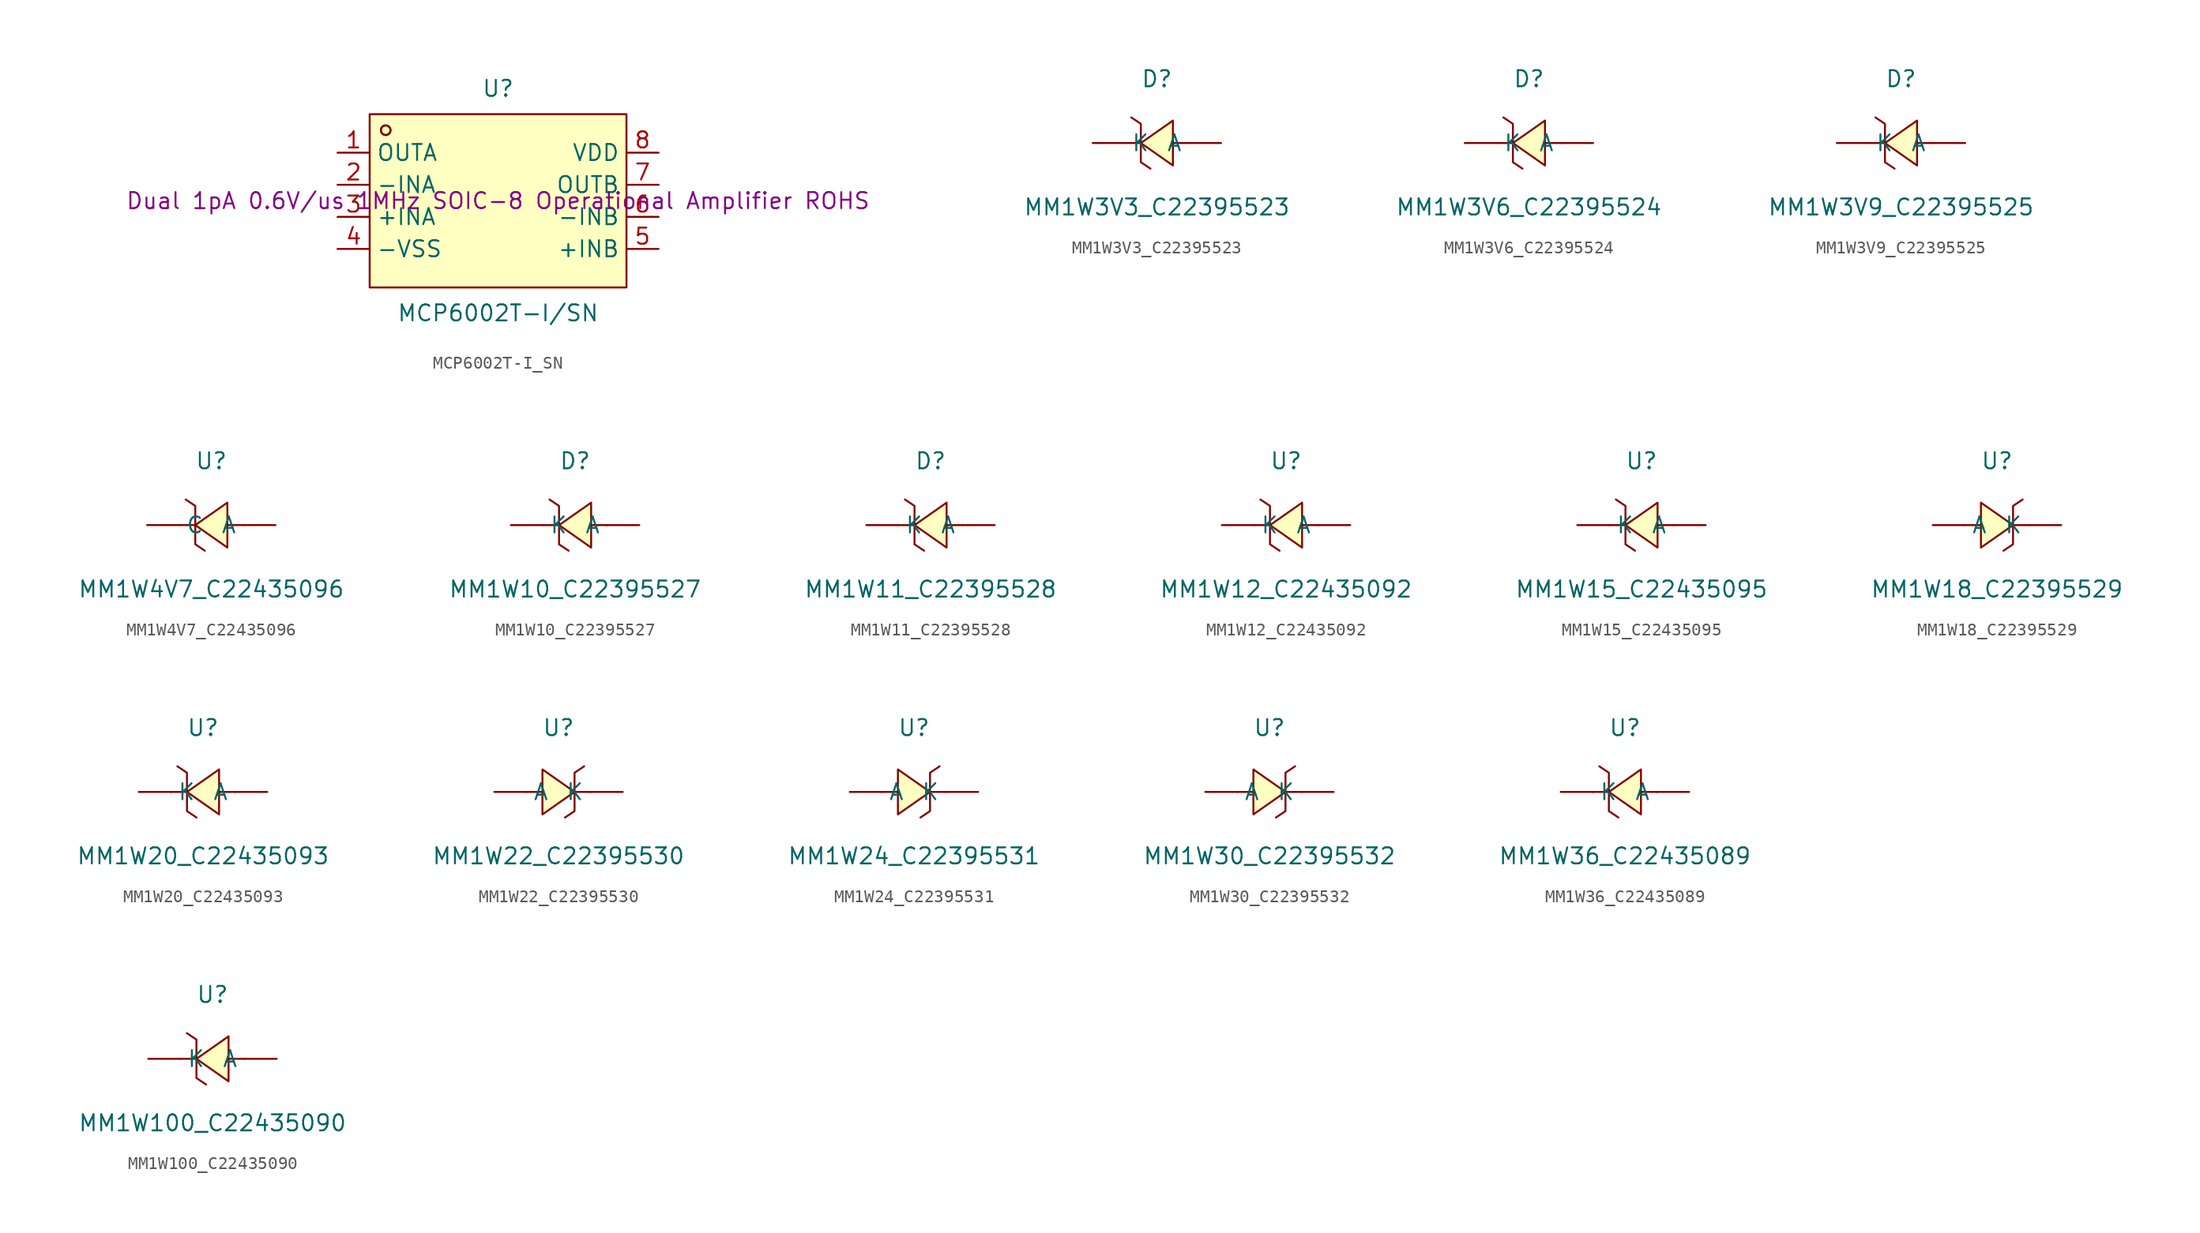
<source format=kicad_sym>
(kicad_symbol_lib
  (version 20241209)
  (generator "kicad_symbol_editor")
  (generator_version "9.0")
  (symbol "MCP6002T-I_SN"
    (property "Reference" "U"
      (at 0 8.89 0)
      (effects (font (size 1.27 1.27))))
    (property "Value" "MCP6002T-I/SN"
      (at 0 -8.89 0)
      (effects (font (size 1.27 1.27))))
    (property "Description" "Dual 1pA 0.6V/us 1MHz SOIC-8 Operational Amplifier ROHS"
      (at 0 0 0)
      (effects (font (size 1.27 1.27))))
    (symbol "MCP6002T-I_SN_0_1"
      (rectangle (start -10.16 6.86) (end 10.16 -6.86) (stroke (width 0) (type default)) (fill (type background)))
      (circle (center -8.89 5.59) (radius 0.38) (stroke (width 0) (type default)) (fill (type none)))
      (circle (center -8.89 5.59) (radius 0.38) (stroke (width 0) (type default)) (fill (type none)))
      (pin unspecified line (at -12.7 3.81 0) (length 2.54) (name "OUTA" (effects (font (size 1.27 1.27)))) (number "1" (effects (font (size 1.27 1.27)))))
      (pin unspecified line (at -12.7 1.27 0) (length 2.54) (name "-INA" (effects (font (size 1.27 1.27)))) (number "2" (effects (font (size 1.27 1.27)))))
      (pin unspecified line (at -12.7 -1.27 0) (length 2.54) (name "+INA" (effects (font (size 1.27 1.27)))) (number "3" (effects (font (size 1.27 1.27)))))
      (pin unspecified line (at -12.7 -3.81 0) (length 2.54) (name "-VSS" (effects (font (size 1.27 1.27)))) (number "4" (effects (font (size 1.27 1.27)))))
      (pin unspecified line (at 12.7 3.81 180) (length 2.54) (name "VDD" (effects (font (size 1.27 1.27)))) (number "8" (effects (font (size 1.27 1.27)))))
      (pin unspecified line (at 12.7 1.27 180) (length 2.54) (name "OUTB" (effects (font (size 1.27 1.27)))) (number "7" (effects (font (size 1.27 1.27)))))
      (pin unspecified line (at 12.7 -1.27 180) (length 2.54) (name "-INB" (effects (font (size 1.27 1.27)))) (number "6" (effects (font (size 1.27 1.27)))))
      (pin unspecified line (at 12.7 -3.81 180) (length 2.54) (name "+INB" (effects (font (size 1.27 1.27)))) (number "5" (effects (font (size 1.27 1.27)))))))
  (symbol "MM1W3V3_C22395523"
    (pin_numbers
      (hide yes))
    (property "Reference" "D"
      (at 0 5.08 0)
      (effects (font (size 1.27 1.27))))
    (property "Value" "MM1W3V3_C22395523"
      (at 0 -5.08 0)
      (effects (font (size 1.27 1.27))))
    (symbol "MM1W3V3_C22395523_0_1"
      (polyline (pts (xy -2.03 2.03) (xy -1.27 1.52) (xy -1.27 -1.52) (xy -0.51 -2.03)) (stroke (width 0) (type default)) (fill (type none)))
      (polyline (pts (xy -1.27 0) (xy -2.54 0)) (stroke (width 0) (type default)) (fill (type none)))
      (polyline (pts (xy 1.27 1.78) (xy -1.27 0) (xy 1.27 -1.78) (xy 1.27 1.78)) (stroke (width 0) (type default)) (fill (type background)))
      (polyline (pts (xy 2.54 0) (xy 1.27 0)) (stroke (width 0) (type default)) (fill (type none)))
      (pin unspecified line (at -5.08 0 0) (length 2.54) (name "K" (effects (font (size 1.27 1.27)))) (number "1" (effects (font (size 1.27 1.27)))))
      (pin unspecified line (at 5.08 0 180) (length 2.54) (name "A" (effects (font (size 1.27 1.27)))) (number "2" (effects (font (size 1.27 1.27)))))))
  (symbol "MM1W3V6_C22395524"
    (pin_numbers
      (hide yes))
    (property "Reference" "D"
      (at 0 5.08 0)
      (effects (font (size 1.27 1.27))))
    (property "Value" "MM1W3V6_C22395524"
      (at 0 -5.08 0)
      (effects (font (size 1.27 1.27))))
    (symbol "MM1W3V6_C22395524_0_1"
      (polyline (pts (xy -2.03 2.03) (xy -1.27 1.52) (xy -1.27 -1.52) (xy -0.51 -2.03)) (stroke (width 0) (type default)) (fill (type none)))
      (polyline (pts (xy -1.27 0) (xy -2.54 0)) (stroke (width 0) (type default)) (fill (type none)))
      (polyline (pts (xy 1.27 1.78) (xy -1.27 0) (xy 1.27 -1.78) (xy 1.27 1.78)) (stroke (width 0) (type default)) (fill (type background)))
      (polyline (pts (xy 2.54 0) (xy 1.27 0)) (stroke (width 0) (type default)) (fill (type none)))
      (pin unspecified line (at -5.08 0 0) (length 2.54) (name "K" (effects (font (size 1.27 1.27)))) (number "1" (effects (font (size 1.27 1.27)))))
      (pin unspecified line (at 5.08 0 180) (length 2.54) (name "A" (effects (font (size 1.27 1.27)))) (number "2" (effects (font (size 1.27 1.27)))))))
  (symbol "MM1W3V9_C22395525"
    (pin_numbers
      (hide yes))
    (property "Reference" "D"
      (at 0 5.08 0)
      (effects (font (size 1.27 1.27))))
    (property "Value" "MM1W3V9_C22395525"
      (at 0 -5.08 0)
      (effects (font (size 1.27 1.27))))
    (symbol "MM1W3V9_C22395525_0_1"
      (polyline (pts (xy -2.03 2.03) (xy -1.27 1.52) (xy -1.27 -1.52) (xy -0.51 -2.03)) (stroke (width 0) (type default)) (fill (type none)))
      (polyline (pts (xy -1.27 0) (xy -2.54 0)) (stroke (width 0) (type default)) (fill (type none)))
      (polyline (pts (xy 1.27 1.78) (xy -1.27 0) (xy 1.27 -1.78) (xy 1.27 1.78)) (stroke (width 0) (type default)) (fill (type background)))
      (polyline (pts (xy 2.54 0) (xy 1.27 0)) (stroke (width 0) (type default)) (fill (type none)))
      (pin unspecified line (at -5.08 0 0) (length 2.54) (name "K" (effects (font (size 1.27 1.27)))) (number "1" (effects (font (size 1.27 1.27)))))
      (pin unspecified line (at 5.08 0 180) (length 2.54) (name "A" (effects (font (size 1.27 1.27)))) (number "2" (effects (font (size 1.27 1.27)))))))
  (symbol "MM1W4V7_C22435096"
    (pin_numbers
      (hide yes))
    (property "Reference" "U"
      (at 0 5.08 0)
      (effects (font (size 1.27 1.27))))
    (property "Value" "MM1W4V7_C22435096"
      (at 0 -5.08 0)
      (effects (font (size 1.27 1.27))))
    (symbol "MM1W4V7_C22435096_0_1"
      (polyline (pts (xy -2.03 2.03) (xy -1.27 1.52) (xy -1.27 -1.52) (xy -0.51 -2.03)) (stroke (width 0) (type default)) (fill (type none)))
      (polyline (pts (xy -1.27 0) (xy -2.54 0)) (stroke (width 0) (type default)) (fill (type none)))
      (polyline (pts (xy 1.27 1.78) (xy -1.27 0) (xy 1.27 -1.78) (xy 1.27 1.78)) (stroke (width 0) (type default)) (fill (type background)))
      (polyline (pts (xy 2.54 0) (xy 1.27 0)) (stroke (width 0) (type default)) (fill (type none)))
      (pin unspecified line (at -5.08 0 0) (length 2.54) (name "C" (effects (font (size 1.27 1.27)))) (number "1" (effects (font (size 1.27 1.27)))))
      (pin unspecified line (at 5.08 0 180) (length 2.54) (name "A" (effects (font (size 1.27 1.27)))) (number "2" (effects (font (size 1.27 1.27)))))))
  (symbol "MM1W10_C22395527"
    (pin_numbers
      (hide yes))
    (property "Reference" "D"
      (at 0 5.08 0)
      (effects (font (size 1.27 1.27))))
    (property "Value" "MM1W10_C22395527"
      (at 0 -5.08 0)
      (effects (font (size 1.27 1.27))))
    (symbol "MM1W10_C22395527_0_1"
      (polyline (pts (xy -2.03 2.03) (xy -1.27 1.52) (xy -1.27 -1.52) (xy -0.51 -2.03)) (stroke (width 0) (type default)) (fill (type none)))
      (polyline (pts (xy -1.27 0) (xy -2.54 0)) (stroke (width 0) (type default)) (fill (type none)))
      (polyline (pts (xy 1.27 1.78) (xy -1.27 0) (xy 1.27 -1.78) (xy 1.27 1.78)) (stroke (width 0) (type default)) (fill (type background)))
      (polyline (pts (xy 2.54 0) (xy 1.27 0)) (stroke (width 0) (type default)) (fill (type none)))
      (pin unspecified line (at -5.08 0 0) (length 2.54) (name "K" (effects (font (size 1.27 1.27)))) (number "1" (effects (font (size 1.27 1.27)))))
      (pin unspecified line (at 5.08 0 180) (length 2.54) (name "A" (effects (font (size 1.27 1.27)))) (number "2" (effects (font (size 1.27 1.27)))))))
  (symbol "MM1W11_C22395528"
    (pin_numbers
      (hide yes))
    (property "Reference" "D"
      (at 0 5.08 0)
      (effects (font (size 1.27 1.27))))
    (property "Value" "MM1W11_C22395528"
      (at 0 -5.08 0)
      (effects (font (size 1.27 1.27))))
    (symbol "MM1W11_C22395528_0_1"
      (polyline (pts (xy -2.03 2.03) (xy -1.27 1.52) (xy -1.27 -1.52) (xy -0.51 -2.03)) (stroke (width 0) (type default)) (fill (type none)))
      (polyline (pts (xy -1.27 0) (xy -2.54 0)) (stroke (width 0) (type default)) (fill (type none)))
      (polyline (pts (xy 1.27 1.78) (xy -1.27 0) (xy 1.27 -1.78) (xy 1.27 1.78)) (stroke (width 0) (type default)) (fill (type background)))
      (polyline (pts (xy 2.54 0) (xy 1.27 0)) (stroke (width 0) (type default)) (fill (type none)))
      (pin unspecified line (at -5.08 0 0) (length 2.54) (name "K" (effects (font (size 1.27 1.27)))) (number "1" (effects (font (size 1.27 1.27)))))
      (pin unspecified line (at 5.08 0 180) (length 2.54) (name "A" (effects (font (size 1.27 1.27)))) (number "2" (effects (font (size 1.27 1.27)))))))
  (symbol "MM1W12_C22435092"
    (pin_numbers
      (hide yes))
    (property "Reference" "U"
      (at 0 5.08 0)
      (effects (font (size 1.27 1.27))))
    (property "Value" "MM1W12_C22435092"
      (at 0 -5.08 0)
      (effects (font (size 1.27 1.27))))
    (symbol "MM1W12_C22435092_0_1"
      (polyline (pts (xy -2.03 2.03) (xy -1.27 1.52) (xy -1.27 -1.52) (xy -0.51 -2.03)) (stroke (width 0) (type default)) (fill (type none)))
      (polyline (pts (xy -1.27 0) (xy -2.54 0)) (stroke (width 0) (type default)) (fill (type none)))
      (polyline (pts (xy 1.27 1.78) (xy -1.27 0) (xy 1.27 -1.78) (xy 1.27 1.78)) (stroke (width 0) (type default)) (fill (type background)))
      (polyline (pts (xy 2.54 0) (xy 1.27 0)) (stroke (width 0) (type default)) (fill (type none)))
      (pin unspecified line (at -5.08 0 0) (length 2.54) (name "K" (effects (font (size 1.27 1.27)))) (number "1" (effects (font (size 1.27 1.27)))))
      (pin unspecified line (at 5.08 0 180) (length 2.54) (name "A" (effects (font (size 1.27 1.27)))) (number "2" (effects (font (size 1.27 1.27)))))))
  (symbol "MM1W15_C22435095"
    (pin_numbers
      (hide yes))
    (property "Reference" "U"
      (at 0 5.08 0)
      (effects (font (size 1.27 1.27))))
    (property "Value" "MM1W15_C22435095"
      (at 0 -5.08 0)
      (effects (font (size 1.27 1.27))))
    (symbol "MM1W15_C22435095_0_1"
      (polyline (pts (xy -2.03 2.03) (xy -1.27 1.52) (xy -1.27 -1.52) (xy -0.51 -2.03)) (stroke (width 0) (type default)) (fill (type none)))
      (polyline (pts (xy -1.27 0) (xy -2.54 0)) (stroke (width 0) (type default)) (fill (type none)))
      (polyline (pts (xy 1.27 1.78) (xy -1.27 0) (xy 1.27 -1.78) (xy 1.27 1.78)) (stroke (width 0) (type default)) (fill (type background)))
      (polyline (pts (xy 2.54 0) (xy 1.27 0)) (stroke (width 0) (type default)) (fill (type none)))
      (pin unspecified line (at -5.08 0 0) (length 2.54) (name "K" (effects (font (size 1.27 1.27)))) (number "1" (effects (font (size 1.27 1.27)))))
      (pin unspecified line (at 5.08 0 180) (length 2.54) (name "A" (effects (font (size 1.27 1.27)))) (number "2" (effects (font (size 1.27 1.27)))))))
  (symbol "MM1W18_C22395529"
    (pin_numbers
      (hide yes))
    (property "Reference" "U"
      (at 0 5.08 0)
      (effects (font (size 1.27 1.27))))
    (property "Value" "MM1W18_C22395529"
      (at 0 -5.08 0)
      (effects (font (size 1.27 1.27))))
    (symbol "MM1W18_C22395529_0_1"
      (polyline (pts (xy -2.54 0) (xy -1.27 0)) (stroke (width 0) (type default)) (fill (type none)))
      (polyline (pts (xy -1.27 1.78) (xy 1.27 0) (xy -1.27 -1.78) (xy -1.27 1.78)) (stroke (width 0) (type default)) (fill (type background)))
      (polyline (pts (xy 1.27 0) (xy 2.54 0)) (stroke (width 0) (type default)) (fill (type none)))
      (polyline (pts (xy 2.03 2.03) (xy 1.27 1.52) (xy 1.27 -1.52) (xy 0.51 -2.03)) (stroke (width 0) (type default)) (fill (type none)))
      (pin unspecified line (at -5.08 0 0) (length 2.54) (name "A" (effects (font (size 1.27 1.27)))) (number "1" (effects (font (size 1.27 1.27)))))
      (pin unspecified line (at 5.08 0 180) (length 2.54) (name "K" (effects (font (size 1.27 1.27)))) (number "2" (effects (font (size 1.27 1.27)))))))
  (symbol "MM1W20_C22435093"
    (pin_numbers
      (hide yes))
    (property "Reference" "U"
      (at 0 5.08 0)
      (effects (font (size 1.27 1.27))))
    (property "Value" "MM1W20_C22435093"
      (at 0 -5.08 0)
      (effects (font (size 1.27 1.27))))
    (symbol "MM1W20_C22435093_0_1"
      (polyline (pts (xy -2.03 2.03) (xy -1.27 1.52) (xy -1.27 -1.52) (xy -0.51 -2.03)) (stroke (width 0) (type default)) (fill (type none)))
      (polyline (pts (xy -1.27 0) (xy -2.54 0)) (stroke (width 0) (type default)) (fill (type none)))
      (polyline (pts (xy 1.27 1.78) (xy -1.27 0) (xy 1.27 -1.78) (xy 1.27 1.78)) (stroke (width 0) (type default)) (fill (type background)))
      (polyline (pts (xy 2.54 0) (xy 1.27 0)) (stroke (width 0) (type default)) (fill (type none)))
      (pin unspecified line (at -5.08 0 0) (length 2.54) (name "K" (effects (font (size 1.27 1.27)))) (number "1" (effects (font (size 1.27 1.27)))))
      (pin unspecified line (at 5.08 0 180) (length 2.54) (name "A" (effects (font (size 1.27 1.27)))) (number "2" (effects (font (size 1.27 1.27)))))))
  (symbol "MM1W22_C22395530"
    (pin_numbers
      (hide yes))
    (property "Reference" "U"
      (at 0 5.08 0)
      (effects (font (size 1.27 1.27))))
    (property "Value" "MM1W22_C22395530"
      (at 0 -5.08 0)
      (effects (font (size 1.27 1.27))))
    (symbol "MM1W22_C22395530_0_1"
      (polyline (pts (xy -2.54 0) (xy -1.27 0)) (stroke (width 0) (type default)) (fill (type none)))
      (polyline (pts (xy -1.27 1.78) (xy 1.27 0) (xy -1.27 -1.78) (xy -1.27 1.78)) (stroke (width 0) (type default)) (fill (type background)))
      (polyline (pts (xy 1.27 0) (xy 2.54 0)) (stroke (width 0) (type default)) (fill (type none)))
      (polyline (pts (xy 2.03 2.03) (xy 1.27 1.52) (xy 1.27 -1.52) (xy 0.51 -2.03)) (stroke (width 0) (type default)) (fill (type none)))
      (pin unspecified line (at -5.08 0 0) (length 2.54) (name "A" (effects (font (size 1.27 1.27)))) (number "1" (effects (font (size 1.27 1.27)))))
      (pin unspecified line (at 5.08 0 180) (length 2.54) (name "K" (effects (font (size 1.27 1.27)))) (number "2" (effects (font (size 1.27 1.27)))))))
  (symbol "MM1W24_C22395531"
    (pin_numbers
      (hide yes))
    (property "Reference" "U"
      (at 0 5.08 0)
      (effects (font (size 1.27 1.27))))
    (property "Value" "MM1W24_C22395531"
      (at 0 -5.08 0)
      (effects (font (size 1.27 1.27))))
    (symbol "MM1W24_C22395531_0_1"
      (polyline (pts (xy -2.54 0) (xy -1.27 0)) (stroke (width 0) (type default)) (fill (type none)))
      (polyline (pts (xy -1.27 1.78) (xy 1.27 0) (xy -1.27 -1.78) (xy -1.27 1.78)) (stroke (width 0) (type default)) (fill (type background)))
      (polyline (pts (xy 1.27 0) (xy 2.54 0)) (stroke (width 0) (type default)) (fill (type none)))
      (polyline (pts (xy 2.03 2.03) (xy 1.27 1.52) (xy 1.27 -1.52) (xy 0.51 -2.03)) (stroke (width 0) (type default)) (fill (type none)))
      (pin unspecified line (at -5.08 0 0) (length 2.54) (name "A" (effects (font (size 1.27 1.27)))) (number "1" (effects (font (size 1.27 1.27)))))
      (pin unspecified line (at 5.08 0 180) (length 2.54) (name "K" (effects (font (size 1.27 1.27)))) (number "2" (effects (font (size 1.27 1.27)))))))
  (symbol "MM1W30_C22395532"
    (pin_numbers
      (hide yes))
    (property "Reference" "U"
      (at 0 5.08 0)
      (effects (font (size 1.27 1.27))))
    (property "Value" "MM1W30_C22395532"
      (at 0 -5.08 0)
      (effects (font (size 1.27 1.27))))
    (symbol "MM1W30_C22395532_0_1"
      (polyline (pts (xy -2.54 0) (xy -1.27 0)) (stroke (width 0) (type default)) (fill (type none)))
      (polyline (pts (xy -1.27 1.78) (xy 1.27 0) (xy -1.27 -1.78) (xy -1.27 1.78)) (stroke (width 0) (type default)) (fill (type background)))
      (polyline (pts (xy 1.27 0) (xy 2.54 0)) (stroke (width 0) (type default)) (fill (type none)))
      (polyline (pts (xy 2.03 2.03) (xy 1.27 1.52) (xy 1.27 -1.52) (xy 0.51 -2.03)) (stroke (width 0) (type default)) (fill (type none)))
      (pin unspecified line (at -5.08 0 0) (length 2.54) (name "A" (effects (font (size 1.27 1.27)))) (number "1" (effects (font (size 1.27 1.27)))))
      (pin unspecified line (at 5.08 0 180) (length 2.54) (name "K" (effects (font (size 1.27 1.27)))) (number "2" (effects (font (size 1.27 1.27)))))))
  (symbol "MM1W36_C22435089"
    (pin_numbers
      (hide yes))
    (property "Reference" "U"
      (at 0 5.08 0)
      (effects (font (size 1.27 1.27))))
    (property "Value" "MM1W36_C22435089"
      (at 0 -5.08 0)
      (effects (font (size 1.27 1.27))))
    (symbol "MM1W36_C22435089_0_1"
      (polyline (pts (xy -2.03 2.03) (xy -1.27 1.52) (xy -1.27 -1.52) (xy -0.51 -2.03)) (stroke (width 0) (type default)) (fill (type none)))
      (polyline (pts (xy -1.27 0) (xy -2.54 0)) (stroke (width 0) (type default)) (fill (type none)))
      (polyline (pts (xy 1.27 1.78) (xy -1.27 0) (xy 1.27 -1.78) (xy 1.27 1.78)) (stroke (width 0) (type default)) (fill (type background)))
      (polyline (pts (xy 2.54 0) (xy 1.27 0)) (stroke (width 0) (type default)) (fill (type none)))
      (pin unspecified line (at -5.08 0 0) (length 2.54) (name "K" (effects (font (size 1.27 1.27)))) (number "1" (effects (font (size 1.27 1.27)))))
      (pin unspecified line (at 5.08 0 180) (length 2.54) (name "A" (effects (font (size 1.27 1.27)))) (number "2" (effects (font (size 1.27 1.27)))))))
  (symbol "MM1W100_C22435090"
    (pin_numbers
      (hide yes))
    (property "Reference" "U"
      (at 0 5.08 0)
      (effects (font (size 1.27 1.27))))
    (property "Value" "MM1W100_C22435090"
      (at 0 -5.08 0)
      (effects (font (size 1.27 1.27))))
    (symbol "MM1W100_C22435090_0_1"
      (polyline (pts (xy -2.03 2.03) (xy -1.27 1.52) (xy -1.27 -1.52) (xy -0.51 -2.03)) (stroke (width 0) (type default)) (fill (type none)))
      (polyline (pts (xy -1.27 0) (xy -2.54 0)) (stroke (width 0) (type default)) (fill (type none)))
      (polyline (pts (xy 1.27 1.78) (xy -1.27 0) (xy 1.27 -1.78) (xy 1.27 1.78)) (stroke (width 0) (type default)) (fill (type background)))
      (polyline (pts (xy 2.54 0) (xy 1.27 0)) (stroke (width 0) (type default)) (fill (type none)))
      (pin unspecified line (at -5.08 0 0) (length 2.54) (name "K" (effects (font (size 1.27 1.27)))) (number "1" (effects (font (size 1.27 1.27)))))
      (pin unspecified line (at 5.08 0 180) (length 2.54) (name "A" (effects (font (size 1.27 1.27)))) (number "2" (effects (font (size 1.27 1.27))))))))
</source>
